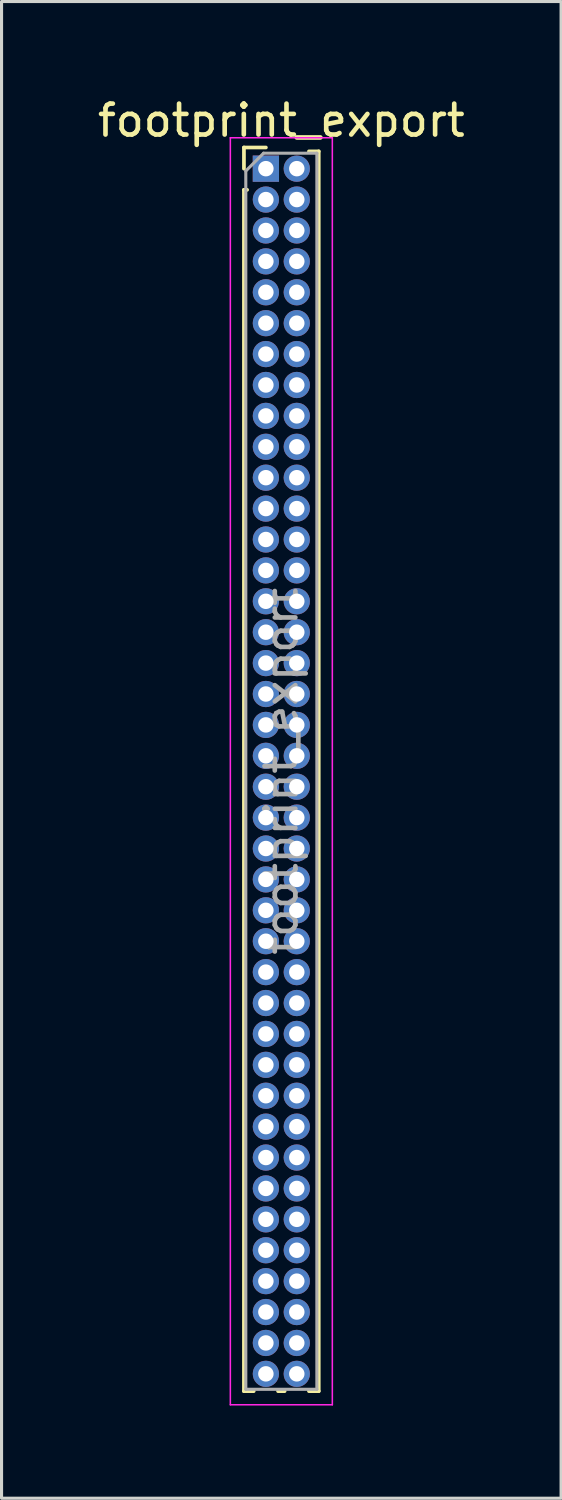
<source format=kicad_pcb>
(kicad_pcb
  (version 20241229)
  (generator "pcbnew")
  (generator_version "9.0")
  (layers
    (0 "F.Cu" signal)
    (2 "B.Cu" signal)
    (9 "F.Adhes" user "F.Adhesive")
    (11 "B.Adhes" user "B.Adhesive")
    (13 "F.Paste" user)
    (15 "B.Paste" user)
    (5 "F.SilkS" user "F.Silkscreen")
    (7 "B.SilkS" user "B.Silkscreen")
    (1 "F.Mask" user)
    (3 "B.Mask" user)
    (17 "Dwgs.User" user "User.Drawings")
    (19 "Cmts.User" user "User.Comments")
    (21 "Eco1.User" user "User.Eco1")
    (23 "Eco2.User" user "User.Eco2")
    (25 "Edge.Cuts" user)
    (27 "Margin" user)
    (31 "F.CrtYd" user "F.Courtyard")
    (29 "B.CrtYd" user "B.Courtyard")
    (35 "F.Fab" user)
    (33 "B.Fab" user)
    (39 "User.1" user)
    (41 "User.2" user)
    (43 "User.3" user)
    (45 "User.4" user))
  (footprint "footprint_export"
    (layer "F.Cu")
    (at 5.554 2.408)
    (property "Reference" "footprint_export" (at 0.5 -1.56 0) (layer "F.SilkS") (effects (font (size 1 1) (thickness 0.15))))
    (attr through_hole)
    (fp_line (start -0.71 -0.685) (end 0 -0.685) (stroke (width 0.12) (type solid)) (layer "F.SilkS"))
    (fp_line (start -0.71 0) (end -0.71 -0.685) (stroke (width 0.12) (type solid)) (layer "F.SilkS"))
    (fp_line (start -0.71 0.685) (end -0.71 39.56) (stroke (width 0.12) (type solid)) (layer "F.SilkS"))
    (fp_line (start -0.71 0.685) (end -0.608 0.685) (stroke (width 0.12) (type solid)) (layer "F.SilkS"))
    (fp_line (start -0.71 39.56) (end -0.394 39.56) (stroke (width 0.12) (type solid)) (layer "F.SilkS"))
    (fp_line (start 0.394 39.56) (end 0.606 39.56) (stroke (width 0.12) (type solid)) (layer "F.SilkS"))
    (fp_line (start 1.394 -0.56) (end 1.71 -0.56) (stroke (width 0.12) (type solid)) (layer "F.SilkS"))
    (fp_line (start 1.394 39.56) (end 1.71 39.56) (stroke (width 0.12) (type solid)) (layer "F.SilkS"))
    (fp_line (start 1.71 -0.56) (end 1.71 39.56) (stroke (width 0.12) (type solid)) (layer "F.SilkS"))
    (fp_line (start -1.15 -1) (end -1.15 40) (stroke (width 0.05) (type solid)) (layer "F.CrtYd"))
    (fp_line (start -1.15 40) (end 2.15 40) (stroke (width 0.05) (type solid)) (layer "F.CrtYd"))
    (fp_line (start 2.15 -1) (end -1.15 -1) (stroke (width 0.05) (type solid)) (layer "F.CrtYd"))
    (fp_line (start 2.15 40) (end 2.15 -1) (stroke (width 0.05) (type solid)) (layer "F.CrtYd"))
    (fp_line (start -0.65 0.075) (end -0.075 -0.5) (stroke (width 0.1) (type solid)) (layer "F.Fab"))
    (fp_line (start -0.65 39.5) (end -0.65 0.075) (stroke (width 0.1) (type solid)) (layer "F.Fab"))
    (fp_line (start -0.075 -0.5) (end 1.65 -0.5) (stroke (width 0.1) (type solid)) (layer "F.Fab"))
    (fp_line (start 1.65 -0.5) (end 1.65 39.5) (stroke (width 0.1) (type solid)) (layer "F.Fab"))
    (fp_line (start 1.65 39.5) (end -0.65 39.5) (stroke (width 0.1) (type solid)) (layer "F.Fab"))
    (fp_text user "${REFERENCE}" (at 0.5 19.5 90) (layer "F.Fab") (effects (font (size 1 1) (thickness 0.15))))
    (pad "1" thru_hole rect (at 0 0) (size 0.85 0.85) (drill 0.5) (layers "*.Cu" "*.Mask"))
    (pad "2" thru_hole oval (at 1 0) (size 0.85 0.85) (drill 0.5) (layers "*.Cu" "*.Mask"))
    (pad "3" thru_hole oval (at 0 1) (size 0.85 0.85) (drill 0.5) (layers "*.Cu" "*.Mask"))
    (pad "4" thru_hole oval (at 1 1) (size 0.85 0.85) (drill 0.5) (layers "*.Cu" "*.Mask"))
    (pad "5" thru_hole oval (at 0 2) (size 0.85 0.85) (drill 0.5) (layers "*.Cu" "*.Mask"))
    (pad "6" thru_hole oval (at 1 2) (size 0.85 0.85) (drill 0.5) (layers "*.Cu" "*.Mask"))
    (pad "7" thru_hole oval (at 0 3) (size 0.85 0.85) (drill 0.5) (layers "*.Cu" "*.Mask"))
    (pad "8" thru_hole oval (at 1 3) (size 0.85 0.85) (drill 0.5) (layers "*.Cu" "*.Mask"))
    (pad "9" thru_hole oval (at 0 4) (size 0.85 0.85) (drill 0.5) (layers "*.Cu" "*.Mask"))
    (pad "10" thru_hole oval (at 1 4) (size 0.85 0.85) (drill 0.5) (layers "*.Cu" "*.Mask"))
    (pad "11" thru_hole oval (at 0 5) (size 0.85 0.85) (drill 0.5) (layers "*.Cu" "*.Mask"))
    (pad "12" thru_hole oval (at 1 5) (size 0.85 0.85) (drill 0.5) (layers "*.Cu" "*.Mask"))
    (pad "13" thru_hole oval (at 0 6) (size 0.85 0.85) (drill 0.5) (layers "*.Cu" "*.Mask"))
    (pad "14" thru_hole oval (at 1 6) (size 0.85 0.85) (drill 0.5) (layers "*.Cu" "*.Mask"))
    (pad "15" thru_hole oval (at 0 7) (size 0.85 0.85) (drill 0.5) (layers "*.Cu" "*.Mask"))
    (pad "16" thru_hole oval (at 1 7) (size 0.85 0.85) (drill 0.5) (layers "*.Cu" "*.Mask"))
    (pad "17" thru_hole oval (at 0 8) (size 0.85 0.85) (drill 0.5) (layers "*.Cu" "*.Mask"))
    (pad "18" thru_hole oval (at 1 8) (size 0.85 0.85) (drill 0.5) (layers "*.Cu" "*.Mask"))
    (pad "19" thru_hole oval (at 0 9) (size 0.85 0.85) (drill 0.5) (layers "*.Cu" "*.Mask"))
    (pad "20" thru_hole oval (at 1 9) (size 0.85 0.85) (drill 0.5) (layers "*.Cu" "*.Mask"))
    (pad "21" thru_hole oval (at 0 10) (size 0.85 0.85) (drill 0.5) (layers "*.Cu" "*.Mask"))
    (pad "22" thru_hole oval (at 1 10) (size 0.85 0.85) (drill 0.5) (layers "*.Cu" "*.Mask"))
    (pad "23" thru_hole oval (at 0 11) (size 0.85 0.85) (drill 0.5) (layers "*.Cu" "*.Mask"))
    (pad "24" thru_hole oval (at 1 11) (size 0.85 0.85) (drill 0.5) (layers "*.Cu" "*.Mask"))
    (pad "25" thru_hole oval (at 0 12) (size 0.85 0.85) (drill 0.5) (layers "*.Cu" "*.Mask"))
    (pad "26" thru_hole oval (at 1 12) (size 0.85 0.85) (drill 0.5) (layers "*.Cu" "*.Mask"))
    (pad "27" thru_hole oval (at 0 13) (size 0.85 0.85) (drill 0.5) (layers "*.Cu" "*.Mask"))
    (pad "28" thru_hole oval (at 1 13) (size 0.85 0.85) (drill 0.5) (layers "*.Cu" "*.Mask"))
    (pad "29" thru_hole oval (at 0 14) (size 0.85 0.85) (drill 0.5) (layers "*.Cu" "*.Mask"))
    (pad "30" thru_hole oval (at 1 14) (size 0.85 0.85) (drill 0.5) (layers "*.Cu" "*.Mask"))
    (pad "31" thru_hole oval (at 0 15) (size 0.85 0.85) (drill 0.5) (layers "*.Cu" "*.Mask"))
    (pad "32" thru_hole oval (at 1 15) (size 0.85 0.85) (drill 0.5) (layers "*.Cu" "*.Mask"))
    (pad "33" thru_hole oval (at 0 16) (size 0.85 0.85) (drill 0.5) (layers "*.Cu" "*.Mask"))
    (pad "34" thru_hole oval (at 1 16) (size 0.85 0.85) (drill 0.5) (layers "*.Cu" "*.Mask"))
    (pad "35" thru_hole oval (at 0 17) (size 0.85 0.85) (drill 0.5) (layers "*.Cu" "*.Mask"))
    (pad "36" thru_hole oval (at 1 17) (size 0.85 0.85) (drill 0.5) (layers "*.Cu" "*.Mask"))
    (pad "37" thru_hole oval (at 0 18) (size 0.85 0.85) (drill 0.5) (layers "*.Cu" "*.Mask"))
    (pad "38" thru_hole oval (at 1 18) (size 0.85 0.85) (drill 0.5) (layers "*.Cu" "*.Mask"))
    (pad "39" thru_hole oval (at 0 19) (size 0.85 0.85) (drill 0.5) (layers "*.Cu" "*.Mask"))
    (pad "40" thru_hole oval (at 1 19) (size 0.85 0.85) (drill 0.5) (layers "*.Cu" "*.Mask"))
    (pad "41" thru_hole oval (at 0 20) (size 0.85 0.85) (drill 0.5) (layers "*.Cu" "*.Mask"))
    (pad "42" thru_hole oval (at 1 20) (size 0.85 0.85) (drill 0.5) (layers "*.Cu" "*.Mask"))
    (pad "43" thru_hole oval (at 0 21) (size 0.85 0.85) (drill 0.5) (layers "*.Cu" "*.Mask"))
    (pad "44" thru_hole oval (at 1 21) (size 0.85 0.85) (drill 0.5) (layers "*.Cu" "*.Mask"))
    (pad "45" thru_hole oval (at 0 22) (size 0.85 0.85) (drill 0.5) (layers "*.Cu" "*.Mask"))
    (pad "46" thru_hole oval (at 1 22) (size 0.85 0.85) (drill 0.5) (layers "*.Cu" "*.Mask"))
    (pad "47" thru_hole oval (at 0 23) (size 0.85 0.85) (drill 0.5) (layers "*.Cu" "*.Mask"))
    (pad "48" thru_hole oval (at 1 23) (size 0.85 0.85) (drill 0.5) (layers "*.Cu" "*.Mask"))
    (pad "49" thru_hole oval (at 0 24) (size 0.85 0.85) (drill 0.5) (layers "*.Cu" "*.Mask"))
    (pad "50" thru_hole oval (at 1 24) (size 0.85 0.85) (drill 0.5) (layers "*.Cu" "*.Mask"))
    (pad "51" thru_hole oval (at 0 25) (size 0.85 0.85) (drill 0.5) (layers "*.Cu" "*.Mask"))
    (pad "52" thru_hole oval (at 1 25) (size 0.85 0.85) (drill 0.5) (layers "*.Cu" "*.Mask"))
    (pad "53" thru_hole oval (at 0 26) (size 0.85 0.85) (drill 0.5) (layers "*.Cu" "*.Mask"))
    (pad "54" thru_hole oval (at 1 26) (size 0.85 0.85) (drill 0.5) (layers "*.Cu" "*.Mask"))
    (pad "55" thru_hole oval (at 0 27) (size 0.85 0.85) (drill 0.5) (layers "*.Cu" "*.Mask"))
    (pad "56" thru_hole oval (at 1 27) (size 0.85 0.85) (drill 0.5) (layers "*.Cu" "*.Mask"))
    (pad "57" thru_hole oval (at 0 28) (size 0.85 0.85) (drill 0.5) (layers "*.Cu" "*.Mask"))
    (pad "58" thru_hole oval (at 1 28) (size 0.85 0.85) (drill 0.5) (layers "*.Cu" "*.Mask"))
    (pad "59" thru_hole oval (at 0 29) (size 0.85 0.85) (drill 0.5) (layers "*.Cu" "*.Mask"))
    (pad "60" thru_hole oval (at 1 29) (size 0.85 0.85) (drill 0.5) (layers "*.Cu" "*.Mask"))
    (pad "61" thru_hole oval (at 0 30) (size 0.85 0.85) (drill 0.5) (layers "*.Cu" "*.Mask"))
    (pad "62" thru_hole oval (at 1 30) (size 0.85 0.85) (drill 0.5) (layers "*.Cu" "*.Mask"))
    (pad "63" thru_hole oval (at 0 31) (size 0.85 0.85) (drill 0.5) (layers "*.Cu" "*.Mask"))
    (pad "64" thru_hole oval (at 1 31) (size 0.85 0.85) (drill 0.5) (layers "*.Cu" "*.Mask"))
    (pad "65" thru_hole oval (at 0 32) (size 0.85 0.85) (drill 0.5) (layers "*.Cu" "*.Mask"))
    (pad "66" thru_hole oval (at 1 32) (size 0.85 0.85) (drill 0.5) (layers "*.Cu" "*.Mask"))
    (pad "67" thru_hole oval (at 0 33) (size 0.85 0.85) (drill 0.5) (layers "*.Cu" "*.Mask"))
    (pad "68" thru_hole oval (at 1 33) (size 0.85 0.85) (drill 0.5) (layers "*.Cu" "*.Mask"))
    (pad "69" thru_hole oval (at 0 34) (size 0.85 0.85) (drill 0.5) (layers "*.Cu" "*.Mask"))
    (pad "70" thru_hole oval (at 1 34) (size 0.85 0.85) (drill 0.5) (layers "*.Cu" "*.Mask"))
    (pad "71" thru_hole oval (at 0 35) (size 0.85 0.85) (drill 0.5) (layers "*.Cu" "*.Mask"))
    (pad "72" thru_hole oval (at 1 35) (size 0.85 0.85) (drill 0.5) (layers "*.Cu" "*.Mask"))
    (pad "73" thru_hole oval (at 0 36) (size 0.85 0.85) (drill 0.5) (layers "*.Cu" "*.Mask"))
    (pad "74" thru_hole oval (at 1 36) (size 0.85 0.85) (drill 0.5) (layers "*.Cu" "*.Mask"))
    (pad "75" thru_hole oval (at 0 37) (size 0.85 0.85) (drill 0.5) (layers "*.Cu" "*.Mask"))
    (pad "76" thru_hole oval (at 1 37) (size 0.85 0.85) (drill 0.5) (layers "*.Cu" "*.Mask"))
    (pad "77" thru_hole oval (at 0 38) (size 0.85 0.85) (drill 0.5) (layers "*.Cu" "*.Mask"))
    (pad "78" thru_hole oval (at 1 38) (size 0.85 0.85) (drill 0.5) (layers "*.Cu" "*.Mask"))
    (pad "79" thru_hole oval (at 0 39) (size 0.85 0.85) (drill 0.5) (layers "*.Cu" "*.Mask"))
    (pad "80" thru_hole oval (at 1 39) (size 0.85 0.85) (drill 0.5) (layers "*.Cu" "*.Mask")))
  (gr_rect
    (start -3 -3)
    (end 15.107 45.433)
    (stroke (width 0.1) (type default))
    (fill no)
    (layer "Edge.Cuts")))
</source>
